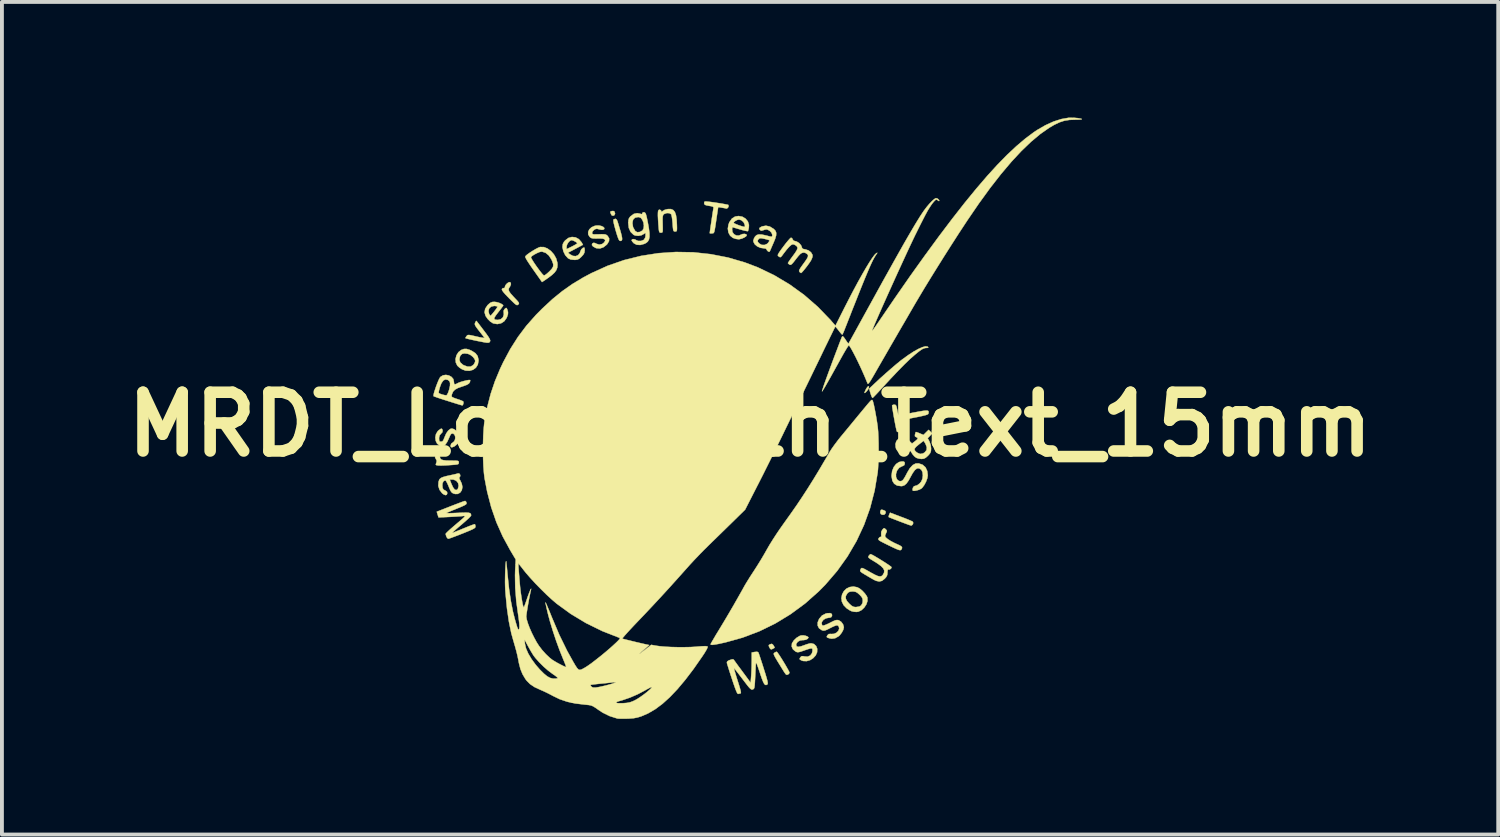
<source format=kicad_pcb>
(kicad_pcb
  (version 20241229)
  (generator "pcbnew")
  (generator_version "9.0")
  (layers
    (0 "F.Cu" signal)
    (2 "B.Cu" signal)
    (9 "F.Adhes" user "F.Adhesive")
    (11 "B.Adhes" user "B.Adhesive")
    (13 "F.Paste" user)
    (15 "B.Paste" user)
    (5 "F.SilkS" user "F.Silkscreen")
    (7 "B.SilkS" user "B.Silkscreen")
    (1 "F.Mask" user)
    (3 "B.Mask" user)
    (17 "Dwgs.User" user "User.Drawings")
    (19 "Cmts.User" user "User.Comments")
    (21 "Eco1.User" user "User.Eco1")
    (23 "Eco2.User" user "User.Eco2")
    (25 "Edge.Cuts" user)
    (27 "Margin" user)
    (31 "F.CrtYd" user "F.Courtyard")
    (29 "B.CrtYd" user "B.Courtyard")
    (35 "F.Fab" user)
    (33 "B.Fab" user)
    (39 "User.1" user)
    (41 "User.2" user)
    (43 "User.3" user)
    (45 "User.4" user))
  (footprint "MRDT_Logo_With_Text_15mm"
    (layer "F.Cu")
    (at 16.408 7.96)
    (property "Reference" "MRDT_Logo_With_Text_15mm" (at 0 0 0) (layer "F.SilkS") (effects (font (size 1.524 1.524) (thickness 0.3))))
    (attr through_hole)
    (fp_poly (pts (xy 3.458 2.223) (xy 3.506 2.245) (xy 3.52 2.272) (xy 3.509 2.314) (xy 3.478 2.343) (xy 3.429 2.343) (xy 3.396 2.329) (xy 3.376 2.292) (xy 3.38 2.255) (xy 3.394 2.219) (xy 3.418 2.212) (xy 3.458 2.223)) (stroke (width 0.01) (type solid)) (fill yes) (layer "F.SilkS"))
    (fp_poly (pts (xy -3.537 -5.535) (xy -3.518 -5.522) (xy -3.501 -5.47) (xy -3.518 -5.429) (xy -3.544 -5.415) (xy -3.583 -5.418) (xy -3.608 -5.455) (xy -3.608 -5.457) (xy -3.625 -5.502) (xy -3.622 -5.522) (xy -3.594 -5.532) (xy -3.581 -5.536) (xy -3.537 -5.535)) (stroke (width 0.01) (type solid)) (fill yes) (layer "F.SilkS"))
    (fp_poly (pts (xy 3.084 -0.982) (xy 3.08 -0.941) (xy 3.08 -0.941) (xy 3.064 -0.909) (xy 3.035 -0.871) (xy 3.003 -0.836) (xy 2.977 -0.816) (xy 2.967 -0.819) (xy 2.976 -0.846) (xy 2.998 -0.895) (xy 3.01 -0.919) (xy 3.042 -0.969) (xy 3.069 -0.991) (xy 3.084 -0.982)) (stroke (width 0.01) (type solid)) (fill yes) (layer "F.SilkS"))
    (fp_poly (pts (xy 0.59 5.709) (xy 0.608 5.734) (xy 0.631 5.774) (xy 0.637 5.794) (xy 0.637 5.794) (xy 0.614 5.807) (xy 0.582 5.825) (xy 0.547 5.837) (xy 0.523 5.821) (xy 0.503 5.788) (xy 0.484 5.744) (xy 0.49 5.721) (xy 0.522 5.703) (xy 0.562 5.692) (xy 0.59 5.709)) (stroke (width 0.01) (type solid)) (fill yes) (layer "F.SilkS"))
    (fp_poly (pts (xy -3.46 -5.313) (xy -3.439 -5.267) (xy -3.391 -5.109) (xy -3.355 -4.988) (xy -3.332 -4.898) (xy -3.32 -4.835) (xy -3.32 -4.794) (xy -3.331 -4.771) (xy -3.351 -4.761) (xy -3.368 -4.76) (xy -3.386 -4.767) (xy -3.405 -4.792) (xy -3.426 -4.842) (xy -3.453 -4.921) (xy -3.486 -5.031) (xy -3.518 -5.148) (xy -3.538 -5.23) (xy -3.546 -5.283) (xy -3.544 -5.311) (xy -3.538 -5.319) (xy -3.492 -5.335) (xy -3.46 -5.313)) (stroke (width 0.01) (type solid)) (fill yes) (layer "F.SilkS"))
    (fp_poly (pts (xy 3.913 2.396) (xy 4.017 2.435) (xy 4.107 2.472) (xy 4.176 2.501) (xy 4.216 2.52) (xy 4.22 2.523) (xy 4.233 2.556) (xy 4.22 2.595) (xy 4.192 2.621) (xy 4.177 2.623) (xy 4.149 2.615) (xy 4.089 2.594) (xy 4.005 2.563) (xy 3.907 2.526) (xy 3.885 2.518) (xy 3.785 2.479) (xy 3.699 2.446) (xy 3.636 2.421) (xy 3.603 2.408) (xy 3.6 2.407) (xy 3.595 2.385) (xy 3.607 2.345) (xy 3.633 2.29) (xy 3.913 2.396)) (stroke (width 0.01) (type solid)) (fill yes) (layer "F.SilkS"))
    (fp_poly (pts (xy 0.712 5.919) (xy 0.746 5.967) (xy 0.792 6.037) (xy 0.844 6.12) (xy 0.897 6.207) (xy 0.946 6.291) (xy 0.987 6.363) (xy 1.014 6.416) (xy 1.023 6.44) (xy 1.008 6.47) (xy 0.982 6.488) (xy 0.954 6.497) (xy 0.929 6.484) (xy 0.897 6.441) (xy 0.883 6.42) (xy 0.846 6.361) (xy 0.796 6.279) (xy 0.74 6.188) (xy 0.71 6.14) (xy 0.659 6.054) (xy 0.629 5.998) (xy 0.615 5.962) (xy 0.616 5.94) (xy 0.63 5.925) (xy 0.634 5.922) (xy 0.673 5.901) (xy 0.694 5.899) (xy 0.712 5.919)) (stroke (width 0.01) (type solid)) (fill yes) (layer "F.SilkS"))
    (fp_poly (pts (xy -6.21 -3.677) (xy -6.204 -3.638) (xy -6.222 -3.587) (xy -6.235 -3.566) (xy -6.258 -3.528) (xy -6.263 -3.491) (xy -6.249 -3.449) (xy -6.211 -3.395) (xy -6.146 -3.322) (xy -6.101 -3.274) (xy -6.041 -3.211) (xy -6.007 -3.17) (xy -5.995 -3.143) (xy -6 -3.124) (xy -6.015 -3.11) (xy -6.032 -3.097) (xy -6.051 -3.096) (xy -6.078 -3.11) (xy -6.118 -3.143) (xy -6.177 -3.2) (xy -6.253 -3.275) (xy -6.341 -3.366) (xy -6.399 -3.432) (xy -6.431 -3.478) (xy -6.439 -3.507) (xy -6.438 -3.511) (xy -6.412 -3.537) (xy -6.393 -3.535) (xy -6.367 -3.539) (xy -6.361 -3.567) (xy -6.344 -3.612) (xy -6.304 -3.658) (xy -6.258 -3.688) (xy -6.24 -3.692) (xy -6.21 -3.677)) (stroke (width 0.01) (type solid)) (fill yes) (layer "F.SilkS"))
    (fp_poly (pts (xy -8.074 0.764) (xy -8.051 0.803) (xy -8.047 0.834) (xy -8.04 0.877) (xy -8.016 0.907) (xy -7.967 0.926) (xy -7.889 0.936) (xy -7.776 0.939) (xy -7.76 0.939) (xy -7.666 0.94) (xy -7.606 0.942) (xy -7.573 0.949) (xy -7.559 0.962) (xy -7.556 0.983) (xy -7.556 0.989) (xy -7.558 1.013) (xy -7.571 1.029) (xy -7.601 1.039) (xy -7.659 1.046) (xy -7.75 1.053) (xy -7.751 1.053) (xy -7.901 1.063) (xy -8.013 1.067) (xy -8.089 1.065) (xy -8.135 1.058) (xy -8.153 1.045) (xy -8.153 1.041) (xy -8.142 1) (xy -8.134 0.983) (xy -8.129 0.939) (xy -8.145 0.909) (xy -8.172 0.856) (xy -8.165 0.81) (xy -8.148 0.782) (xy -8.111 0.755) (xy -8.074 0.764)) (stroke (width 0.01) (type solid)) (fill yes) (layer "F.SilkS"))
    (fp_poly (pts (xy 4.603 -2.019) (xy 4.615 -2.011) (xy 4.624 -1.992) (xy 4.599 -1.985) (xy 4.581 -1.985) (xy 4.538 -1.981) (xy 4.494 -1.967) (xy 4.443 -1.939) (xy 4.378 -1.891) (xy 4.289 -1.819) (xy 4.269 -1.802) (xy 4.149 -1.697) (xy 4.005 -1.558) (xy 3.837 -1.387) (xy 3.645 -1.184) (xy 3.439 -0.961) (xy 3.357 -0.872) (xy 3.286 -0.795) (xy 3.228 -0.735) (xy 3.191 -0.697) (xy 3.179 -0.687) (xy 3.164 -0.702) (xy 3.144 -0.748) (xy 3.125 -0.803) (xy 3.089 -0.927) (xy 3.226 -1.056) (xy 3.365 -1.186) (xy 3.511 -1.317) (xy 3.655 -1.443) (xy 3.788 -1.557) (xy 3.903 -1.651) (xy 3.949 -1.686) (xy 4.102 -1.797) (xy 4.241 -1.888) (xy 4.365 -1.957) (xy 4.469 -2.003) (xy 4.549 -2.025) (xy 4.603 -2.019)) (stroke (width 0.01) (type solid)) (fill yes) (layer "F.SilkS"))
    (fp_poly (pts (xy 3.518 2.718) (xy 3.546 2.75) (xy 3.546 2.781) (xy 3.531 2.814) (xy 3.509 2.863) (xy 3.501 2.897) (xy 3.519 2.93) (xy 3.569 2.973) (xy 3.644 3.022) (xy 3.736 3.071) (xy 3.807 3.104) (xy 3.888 3.141) (xy 3.933 3.172) (xy 3.945 3.202) (xy 3.931 3.237) (xy 3.922 3.249) (xy 3.908 3.26) (xy 3.886 3.262) (xy 3.85 3.253) (xy 3.794 3.231) (xy 3.711 3.193) (xy 3.603 3.141) (xy 3.491 3.086) (xy 3.413 3.046) (xy 3.363 3.018) (xy 3.336 2.996) (xy 3.328 2.979) (xy 3.332 2.962) (xy 3.336 2.954) (xy 3.365 2.923) (xy 3.387 2.918) (xy 3.403 2.91) (xy 3.403 2.867) (xy 3.401 2.856) (xy 3.403 2.785) (xy 3.432 2.732) (xy 3.464 2.697) (xy 3.486 2.693) (xy 3.518 2.718)) (stroke (width 0.01) (type solid)) (fill yes) (layer "F.SilkS"))
    (fp_poly (pts (xy -7.277 -1.935) (xy -7.218 -1.908) (xy -7.124 -1.847) (xy -7.067 -1.773) (xy -7.045 -1.681) (xy -7.044 -1.653) (xy -7.062 -1.552) (xy -7.112 -1.472) (xy -7.187 -1.417) (xy -7.279 -1.391) (xy -7.382 -1.396) (xy -7.474 -1.431) (xy -7.537 -1.472) (xy -7.591 -1.521) (xy -7.597 -1.529) (xy -7.634 -1.608) (xy -7.638 -1.678) (xy -7.542 -1.678) (xy -7.517 -1.607) (xy -7.45 -1.548) (xy -7.429 -1.536) (xy -7.331 -1.5) (xy -7.249 -1.5) (xy -7.184 -1.538) (xy -7.173 -1.55) (xy -7.142 -1.601) (xy -7.129 -1.645) (xy -7.129 -1.646) (xy -7.147 -1.698) (xy -7.192 -1.754) (xy -7.253 -1.802) (xy -7.317 -1.831) (xy -7.321 -1.832) (xy -7.41 -1.843) (xy -7.471 -1.829) (xy -7.512 -1.787) (xy -7.526 -1.76) (xy -7.542 -1.678) (xy -7.638 -1.678) (xy -7.64 -1.7) (xy -7.616 -1.793) (xy -7.566 -1.874) (xy -7.494 -1.931) (xy -7.424 -1.957) (xy -7.356 -1.959) (xy -7.277 -1.935)) (stroke (width 0.01) (type solid)) (fill yes) (layer "F.SilkS"))
    (fp_poly (pts (xy -7.084 -2.668) (xy -7.048 -2.621) (xy -6.996 -2.553) (xy -6.933 -2.47) (xy -6.908 -2.437) (xy -6.834 -2.338) (xy -6.784 -2.267) (xy -6.755 -2.217) (xy -6.742 -2.183) (xy -6.743 -2.16) (xy -6.746 -2.154) (xy -6.757 -2.136) (xy -6.771 -2.124) (xy -6.796 -2.119) (xy -6.836 -2.121) (xy -6.9 -2.131) (xy -6.992 -2.149) (xy -7.113 -2.173) (xy -7.214 -2.195) (xy -7.298 -2.214) (xy -7.357 -2.229) (xy -7.384 -2.239) (xy -7.385 -2.24) (xy -7.373 -2.264) (xy -7.353 -2.292) (xy -7.338 -2.31) (xy -7.319 -2.319) (xy -7.289 -2.32) (xy -7.238 -2.312) (xy -7.159 -2.294) (xy -7.098 -2.28) (xy -7.009 -2.26) (xy -6.94 -2.248) (xy -6.899 -2.245) (xy -6.891 -2.25) (xy -6.911 -2.276) (xy -6.951 -2.327) (xy -7.004 -2.394) (xy -7.032 -2.43) (xy -7.09 -2.505) (xy -7.124 -2.555) (xy -7.139 -2.59) (xy -7.139 -2.618) (xy -7.131 -2.641) (xy -7.111 -2.677) (xy -7.099 -2.687) (xy -7.084 -2.668)) (stroke (width 0.01) (type solid)) (fill yes) (layer "F.SilkS"))
    (fp_poly (pts (xy -1.103 -5.78) (xy -1.03 -5.772) (xy -0.94 -5.76) (xy -0.842 -5.745) (xy -0.746 -5.73) (xy -0.662 -5.715) (xy -0.598 -5.703) (xy -0.566 -5.695) (xy -0.564 -5.694) (xy -0.556 -5.662) (xy -0.572 -5.624) (xy -0.6 -5.601) (xy -0.615 -5.6) (xy -0.659 -5.61) (xy -0.722 -5.621) (xy -0.739 -5.624) (xy -0.827 -5.638) (xy -0.865 -5.386) (xy -0.886 -5.242) (xy -0.902 -5.135) (xy -0.915 -5.059) (xy -0.925 -5.009) (xy -0.936 -4.979) (xy -0.947 -4.964) (xy -0.962 -4.959) (xy -0.98 -4.957) (xy -0.988 -4.956) (xy -1.03 -4.954) (xy -1.046 -4.96) (xy -1.043 -4.988) (xy -1.035 -5.048) (xy -1.023 -5.132) (xy -1.008 -5.231) (xy -0.993 -5.334) (xy -0.978 -5.432) (xy -0.965 -5.517) (xy -0.955 -5.578) (xy -0.95 -5.606) (xy -0.948 -5.632) (xy -0.965 -5.649) (xy -1.007 -5.661) (xy -1.062 -5.67) (xy -1.133 -5.683) (xy -1.172 -5.698) (xy -1.188 -5.722) (xy -1.191 -5.736) (xy -1.188 -5.773) (xy -1.155 -5.784) (xy -1.149 -5.784) (xy -1.103 -5.78)) (stroke (width 0.01) (type solid)) (fill yes) (layer "F.SilkS"))
    (fp_poly (pts (xy 2.781 4.225) (xy 2.845 4.259) (xy 2.916 4.318) (xy 2.98 4.387) (xy 3.028 4.456) (xy 3.044 4.494) (xy 3.046 4.58) (xy 3.016 4.67) (xy 2.961 4.753) (xy 2.89 4.819) (xy 2.809 4.858) (xy 2.759 4.865) (xy 2.689 4.859) (xy 2.629 4.844) (xy 2.626 4.843) (xy 2.574 4.816) (xy 2.514 4.776) (xy 2.503 4.768) (xy 2.425 4.687) (xy 2.381 4.596) (xy 2.372 4.517) (xy 2.481 4.517) (xy 2.515 4.584) (xy 2.569 4.645) (xy 2.627 4.699) (xy 2.673 4.727) (xy 2.722 4.738) (xy 2.751 4.738) (xy 2.836 4.725) (xy 2.882 4.696) (xy 2.917 4.633) (xy 2.924 4.575) (xy 2.918 4.521) (xy 2.892 4.473) (xy 2.84 4.417) (xy 2.838 4.415) (xy 2.78 4.365) (xy 2.731 4.341) (xy 2.673 4.333) (xy 2.658 4.333) (xy 2.591 4.339) (xy 2.546 4.361) (xy 2.52 4.389) (xy 2.483 4.454) (xy 2.481 4.517) (xy 2.372 4.517) (xy 2.37 4.501) (xy 2.388 4.409) (xy 2.432 4.328) (xy 2.497 4.262) (xy 2.582 4.22) (xy 2.681 4.206) (xy 2.781 4.225)) (stroke (width 0.01) (type solid)) (fill yes) (layer "F.SilkS"))
    (fp_poly (pts (xy 3.771 -0.507) (xy 3.79 -0.486) (xy 3.805 -0.438) (xy 3.816 -0.381) (xy 3.83 -0.312) (xy 3.842 -0.261) (xy 3.849 -0.242) (xy 3.872 -0.243) (xy 3.93 -0.251) (xy 4.016 -0.265) (xy 4.124 -0.284) (xy 4.236 -0.306) (xy 4.377 -0.332) (xy 4.481 -0.35) (xy 4.553 -0.359) (xy 4.599 -0.358) (xy 4.624 -0.348) (xy 4.633 -0.328) (xy 4.63 -0.298) (xy 4.628 -0.284) (xy 4.619 -0.269) (xy 4.594 -0.254) (xy 4.548 -0.239) (xy 4.475 -0.221) (xy 4.371 -0.198) (xy 4.247 -0.174) (xy 4.127 -0.151) (xy 4.022 -0.13) (xy 3.94 -0.114) (xy 3.887 -0.103) (xy 3.87 -0.099) (xy 3.872 -0.076) (xy 3.882 -0.019) (xy 3.9 0.067) (xy 3.917 0.142) (xy 3.915 0.178) (xy 3.882 0.196) (xy 3.872 0.198) (xy 3.827 0.197) (xy 3.808 0.183) (xy 3.798 0.146) (xy 3.783 0.08) (xy 3.765 -0.009) (xy 3.746 -0.109) (xy 3.727 -0.214) (xy 3.71 -0.313) (xy 3.696 -0.399) (xy 3.687 -0.462) (xy 3.685 -0.494) (xy 3.685 -0.496) (xy 3.712 -0.509) (xy 3.743 -0.512) (xy 3.771 -0.507)) (stroke (width 0.01) (type solid)) (fill yes) (layer "F.SilkS"))
    (fp_poly (pts (xy -4.526 -4.852) (xy -4.441 -4.806) (xy -4.372 -4.726) (xy -4.371 -4.723) (xy -4.335 -4.66) (xy -4.529 -4.557) (xy -4.724 -4.454) (xy -4.675 -4.415) (xy -4.598 -4.372) (xy -4.523 -4.365) (xy -4.46 -4.391) (xy -4.416 -4.447) (xy -4.404 -4.484) (xy -4.378 -4.541) (xy -4.335 -4.58) (xy -4.302 -4.589) (xy -4.294 -4.57) (xy -4.29 -4.524) (xy -4.29 -4.512) (xy -4.298 -4.455) (xy -4.326 -4.404) (xy -4.373 -4.352) (xy -4.427 -4.302) (xy -4.473 -4.278) (xy -4.529 -4.269) (xy -4.562 -4.269) (xy -4.653 -4.278) (xy -4.72 -4.309) (xy -4.726 -4.314) (xy -4.794 -4.39) (xy -4.843 -4.489) (xy -4.866 -4.594) (xy -4.867 -4.61) (xy -4.866 -4.612) (xy -4.76 -4.612) (xy -4.76 -4.547) (xy -4.621 -4.615) (xy -4.553 -4.651) (xy -4.504 -4.68) (xy -4.483 -4.699) (xy -4.482 -4.7) (xy -4.5 -4.72) (xy -4.54 -4.746) (xy -4.588 -4.769) (xy -4.627 -4.781) (xy -4.632 -4.781) (xy -4.673 -4.763) (xy -4.716 -4.719) (xy -4.748 -4.662) (xy -4.76 -4.612) (xy -4.866 -4.612) (xy -4.858 -4.677) (xy -4.828 -4.735) (xy -4.796 -4.773) (xy -4.713 -4.837) (xy -4.62 -4.863) (xy -4.526 -4.852)) (stroke (width 0.01) (type solid)) (fill yes) (layer "F.SilkS"))
    (fp_poly (pts (xy 3.16 3.379) (xy 3.217 3.409) (xy 3.291 3.453) (xy 3.375 3.504) (xy 3.462 3.558) (xy 3.542 3.61) (xy 3.609 3.655) (xy 3.655 3.688) (xy 3.671 3.704) (xy 3.655 3.743) (xy 3.618 3.765) (xy 3.594 3.763) (xy 3.575 3.767) (xy 3.566 3.802) (xy 3.565 3.842) (xy 3.558 3.907) (xy 3.532 3.959) (xy 3.492 4.004) (xy 3.422 4.058) (xy 3.35 4.075) (xy 3.268 4.057) (xy 3.21 4.029) (xy 3.147 3.993) (xy 3.064 3.945) (xy 2.983 3.897) (xy 2.912 3.854) (xy 2.873 3.825) (xy 2.857 3.802) (xy 2.86 3.777) (xy 2.866 3.763) (xy 2.877 3.74) (xy 2.89 3.726) (xy 2.911 3.726) (xy 2.946 3.739) (xy 3.003 3.769) (xy 3.088 3.817) (xy 3.127 3.84) (xy 3.234 3.898) (xy 3.313 3.933) (xy 3.37 3.945) (xy 3.411 3.935) (xy 3.442 3.906) (xy 3.446 3.901) (xy 3.477 3.843) (xy 3.481 3.789) (xy 3.455 3.734) (xy 3.398 3.675) (xy 3.306 3.607) (xy 3.199 3.54) (xy 3.126 3.496) (xy 3.085 3.466) (xy 3.068 3.444) (xy 3.071 3.424) (xy 3.081 3.407) (xy 3.11 3.374) (xy 3.13 3.365) (xy 3.16 3.379)) (stroke (width 0.01) (type solid)) (fill yes) (layer "F.SilkS"))
    (fp_poly (pts (xy -5.351 -4.601) (xy -5.256 -4.564) (xy -5.166 -4.498) (xy -5.089 -4.411) (xy -5.031 -4.308) (xy -4.999 -4.196) (xy -4.995 -4.141) (xy -5.002 -4.068) (xy -5.026 -4.003) (xy -5.071 -3.94) (xy -5.143 -3.873) (xy -5.247 -3.795) (xy -5.297 -3.76) (xy -5.397 -3.693) (xy -5.624 -4.015) (xy -5.706 -4.133) (xy -5.765 -4.222) (xy -5.804 -4.285) (xy -5.824 -4.328) (xy -5.827 -4.34) (xy -5.684 -4.34) (xy -5.677 -4.316) (xy -5.649 -4.265) (xy -5.607 -4.198) (xy -5.554 -4.12) (xy -5.497 -4.041) (xy -5.442 -3.968) (xy -5.395 -3.909) (xy -5.359 -3.872) (xy -5.345 -3.863) (xy -5.315 -3.877) (xy -5.266 -3.914) (xy -5.209 -3.966) (xy -5.208 -3.966) (xy -5.143 -4.036) (xy -5.109 -4.095) (xy -5.106 -4.157) (xy -5.132 -4.233) (xy -5.156 -4.285) (xy -5.222 -4.384) (xy -5.303 -4.451) (xy -5.392 -4.481) (xy -5.415 -4.482) (xy -5.464 -4.471) (xy -5.53 -4.443) (xy -5.6 -4.406) (xy -5.657 -4.368) (xy -5.684 -4.34) (xy -5.827 -4.34) (xy -5.83 -4.355) (xy -5.825 -4.367) (xy -5.785 -4.404) (xy -5.72 -4.451) (xy -5.641 -4.502) (xy -5.562 -4.549) (xy -5.492 -4.585) (xy -5.447 -4.602) (xy -5.351 -4.601)) (stroke (width 0.01) (type solid)) (fill yes) (layer "F.SilkS"))
    (fp_poly (pts (xy -2.053 -5.586) (xy -1.994 -5.562) (xy -1.951 -5.511) (xy -1.922 -5.428) (xy -1.905 -5.312) (xy -1.898 -5.177) (xy -1.896 -5.092) (xy -1.898 -5.041) (xy -1.906 -5.015) (xy -1.923 -5.006) (xy -1.944 -5.005) (xy -1.968 -5.007) (xy -1.984 -5.019) (xy -1.994 -5.047) (xy -2.001 -5.1) (xy -2.008 -5.186) (xy -2.009 -5.214) (xy -2.018 -5.307) (xy -2.029 -5.385) (xy -2.042 -5.439) (xy -2.049 -5.454) (xy -2.095 -5.48) (xy -2.159 -5.483) (xy -2.221 -5.462) (xy -2.232 -5.455) (xy -2.25 -5.438) (xy -2.262 -5.412) (xy -2.268 -5.369) (xy -2.269 -5.3) (xy -2.267 -5.199) (xy -2.265 -5.099) (xy -2.265 -5.034) (xy -2.269 -4.996) (xy -2.28 -4.979) (xy -2.297 -4.974) (xy -2.312 -4.973) (xy -2.336 -4.976) (xy -2.352 -4.988) (xy -2.362 -5.018) (xy -2.369 -5.074) (xy -2.376 -5.165) (xy -2.377 -5.169) (xy -2.386 -5.311) (xy -2.391 -5.416) (xy -2.39 -5.489) (xy -2.385 -5.536) (xy -2.373 -5.561) (xy -2.355 -5.57) (xy -2.348 -5.571) (xy -2.312 -5.556) (xy -2.305 -5.536) (xy -2.302 -5.513) (xy -2.285 -5.52) (xy -2.263 -5.538) (xy -2.216 -5.565) (xy -2.149 -5.583) (xy -2.13 -5.586) (xy -2.053 -5.586)) (stroke (width 0.01) (type solid)) (fill yes) (layer "F.SilkS"))
    (fp_poly (pts (xy -0.2 -5.388) (xy -0.116 -5.338) (xy -0.057 -5.265) (xy -0.029 -5.176) (xy -0.032 -5.105) (xy -0.044 -5.05) (xy -0.053 -5.016) (xy -0.055 -5.014) (xy -0.077 -5.014) (xy -0.131 -5.024) (xy -0.208 -5.044) (xy -0.261 -5.059) (xy -0.459 -5.118) (xy -0.466 -5.066) (xy -0.458 -4.993) (xy -0.419 -4.936) (xy -0.361 -4.903) (xy -0.293 -4.899) (xy -0.243 -4.919) (xy -0.193 -4.939) (xy -0.14 -4.943) (xy -0.099 -4.931) (xy -0.085 -4.909) (xy -0.104 -4.879) (xy -0.151 -4.848) (xy -0.212 -4.821) (xy -0.275 -4.805) (xy -0.299 -4.803) (xy -0.372 -4.813) (xy -0.443 -4.838) (xy -0.444 -4.838) (xy -0.517 -4.896) (xy -0.562 -4.979) (xy -0.577 -5.079) (xy -0.56 -5.186) (xy -0.542 -5.229) (xy -0.427 -5.229) (xy -0.408 -5.215) (xy -0.362 -5.194) (xy -0.299 -5.169) (xy -0.232 -5.146) (xy -0.174 -5.13) (xy -0.142 -5.124) (xy -0.133 -5.141) (xy -0.137 -5.181) (xy -0.17 -5.249) (xy -0.225 -5.297) (xy -0.286 -5.315) (xy -0.334 -5.304) (xy -0.384 -5.278) (xy -0.419 -5.247) (xy -0.427 -5.229) (xy -0.542 -5.229) (xy -0.533 -5.251) (xy -0.47 -5.341) (xy -0.39 -5.391) (xy -0.301 -5.406) (xy -0.2 -5.388)) (stroke (width 0.01) (type solid)) (fill yes) (layer "F.SilkS"))
    (fp_poly (pts (xy -3.914 -5.159) (xy -3.853 -5.145) (xy -3.806 -5.122) (xy -3.781 -5.095) (xy -3.784 -5.068) (xy -3.813 -5.05) (xy -3.856 -5.048) (xy -3.913 -5.06) (xy -3.918 -5.062) (xy -3.973 -5.076) (xy -4.017 -5.066) (xy -4.043 -5.051) (xy -4.082 -5.012) (xy -4.098 -4.971) (xy -4.095 -4.947) (xy -4.078 -4.934) (xy -4.039 -4.93) (xy -3.969 -4.931) (xy -3.954 -4.931) (xy -3.857 -4.934) (xy -3.792 -4.933) (xy -3.75 -4.927) (xy -3.721 -4.913) (xy -3.695 -4.891) (xy -3.693 -4.888) (xy -3.655 -4.825) (xy -3.659 -4.755) (xy -3.705 -4.678) (xy -3.719 -4.662) (xy -3.803 -4.596) (xy -3.894 -4.564) (xy -3.985 -4.571) (xy -4.005 -4.578) (xy -4.073 -4.616) (xy -4.103 -4.654) (xy -4.094 -4.69) (xy -4.086 -4.697) (xy -4.056 -4.712) (xy -4.019 -4.704) (xy -3.991 -4.688) (xy -3.913 -4.664) (xy -3.837 -4.68) (xy -3.788 -4.718) (xy -3.758 -4.766) (xy -3.769 -4.8) (xy -3.819 -4.819) (xy -3.901 -4.824) (xy -3.999 -4.822) (xy -4.065 -4.824) (xy -4.107 -4.831) (xy -4.137 -4.844) (xy -4.162 -4.867) (xy -4.199 -4.928) (xy -4.2 -4.995) (xy -4.17 -5.06) (xy -4.112 -5.114) (xy -4.032 -5.15) (xy -3.983 -5.16) (xy -3.914 -5.159)) (stroke (width 0.01) (type solid)) (fill yes) (layer "F.SilkS"))
    (fp_poly (pts (xy -7.683 0.122) (xy -7.626 0.161) (xy -7.618 0.169) (xy -7.577 0.22) (xy -7.559 0.276) (xy -7.556 0.33) (xy -7.57 0.44) (xy -7.611 0.523) (xy -7.673 0.572) (xy -7.73 0.594) (xy -7.759 0.59) (xy -7.769 0.56) (xy -7.769 0.548) (xy -7.75 0.497) (xy -7.717 0.474) (xy -7.674 0.437) (xy -7.651 0.382) (xy -7.648 0.323) (xy -7.665 0.271) (xy -7.7 0.239) (xy -7.724 0.235) (xy -7.753 0.246) (xy -7.781 0.286) (xy -7.813 0.36) (xy -7.816 0.366) (xy -7.856 0.453) (xy -7.901 0.519) (xy -7.924 0.541) (xy -7.966 0.568) (xy -7.999 0.572) (xy -8.045 0.554) (xy -8.055 0.55) (xy -8.119 0.498) (xy -8.155 0.424) (xy -8.165 0.338) (xy -8.148 0.252) (xy -8.103 0.176) (xy -8.076 0.151) (xy -8.026 0.116) (xy -7.997 0.111) (xy -7.98 0.138) (xy -7.976 0.153) (xy -7.98 0.2) (xy -8.016 0.24) (xy -8.054 0.284) (xy -8.068 0.345) (xy -8.068 0.364) (xy -8.065 0.419) (xy -8.051 0.443) (xy -8.018 0.448) (xy -8.017 0.448) (xy -7.983 0.441) (xy -7.959 0.414) (xy -7.935 0.357) (xy -7.929 0.341) (xy -7.885 0.239) (xy -7.832 0.162) (xy -7.774 0.116) (xy -7.734 0.107) (xy -7.683 0.122)) (stroke (width 0.01) (type solid)) (fill yes) (layer "F.SilkS"))
    (fp_poly (pts (xy 1.438 5.482) (xy 1.488 5.501) (xy 1.515 5.523) (xy 1.515 5.528) (xy 1.496 5.561) (xy 1.448 5.586) (xy 1.385 5.596) (xy 1.369 5.595) (xy 1.297 5.605) (xy 1.236 5.64) (xy 1.2 5.69) (xy 1.195 5.719) (xy 1.208 5.758) (xy 1.249 5.771) (xy 1.32 5.758) (xy 1.396 5.731) (xy 1.473 5.703) (xy 1.541 5.684) (xy 1.582 5.678) (xy 1.658 5.697) (xy 1.714 5.75) (xy 1.742 5.82) (xy 1.739 5.91) (xy 1.702 5.993) (xy 1.638 6.063) (xy 1.557 6.115) (xy 1.466 6.141) (xy 1.374 6.137) (xy 1.329 6.121) (xy 1.29 6.097) (xy 1.287 6.071) (xy 1.31 6.036) (xy 1.338 6.012) (xy 1.378 6.012) (xy 1.409 6.019) (xy 1.492 6.025) (xy 1.561 5.996) (xy 1.605 5.937) (xy 1.618 5.885) (xy 1.62 5.842) (xy 1.612 5.817) (xy 1.588 5.809) (xy 1.542 5.818) (xy 1.466 5.842) (xy 1.403 5.864) (xy 1.32 5.893) (xy 1.265 5.907) (xy 1.228 5.909) (xy 1.197 5.9) (xy 1.179 5.89) (xy 1.112 5.834) (xy 1.08 5.762) (xy 1.086 5.686) (xy 1.089 5.676) (xy 1.136 5.603) (xy 1.206 5.536) (xy 1.285 5.488) (xy 1.323 5.475) (xy 1.378 5.472) (xy 1.438 5.482)) (stroke (width 0.01) (type solid)) (fill yes) (layer "F.SilkS"))
    (fp_poly (pts (xy 2.122 4.919) (xy 2.127 4.963) (xy 2.125 4.971) (xy 2.101 5.004) (xy 2.053 5.016) (xy 2.04 5.016) (xy 1.967 5.031) (xy 1.904 5.069) (xy 1.865 5.122) (xy 1.857 5.157) (xy 1.867 5.201) (xy 1.884 5.22) (xy 1.915 5.215) (xy 1.972 5.194) (xy 2.046 5.161) (xy 2.076 5.145) (xy 2.158 5.104) (xy 2.214 5.081) (xy 2.255 5.074) (xy 2.29 5.078) (xy 2.305 5.083) (xy 2.366 5.123) (xy 2.413 5.188) (xy 2.433 5.258) (xy 2.433 5.262) (xy 2.418 5.328) (xy 2.379 5.402) (xy 2.326 5.47) (xy 2.297 5.496) (xy 2.206 5.547) (xy 2.116 5.559) (xy 2.054 5.547) (xy 2.004 5.53) (xy 1.988 5.512) (xy 2.001 5.481) (xy 2.01 5.466) (xy 2.041 5.438) (xy 2.09 5.435) (xy 2.106 5.437) (xy 2.179 5.433) (xy 2.243 5.403) (xy 2.29 5.356) (xy 2.312 5.299) (xy 2.302 5.245) (xy 2.282 5.22) (xy 2.254 5.211) (xy 2.209 5.222) (xy 2.14 5.252) (xy 2.073 5.286) (xy 1.996 5.325) (xy 1.945 5.345) (xy 1.908 5.35) (xy 1.874 5.343) (xy 1.858 5.336) (xy 1.789 5.288) (xy 1.754 5.219) (xy 1.754 5.136) (xy 1.792 5.044) (xy 1.792 5.044) (xy 1.867 4.957) (xy 1.964 4.907) (xy 2.009 4.897) (xy 2.082 4.896) (xy 2.122 4.919)) (stroke (width 0.01) (type solid)) (fill yes) (layer "F.SilkS"))
    (fp_poly (pts (xy -6.573 -3.172) (xy -6.508 -3.153) (xy -6.449 -3.126) (xy -6.411 -3.099) (xy -6.403 -3.084) (xy -6.416 -3.064) (xy -6.449 -3.018) (xy -6.498 -2.954) (xy -6.533 -2.91) (xy -6.596 -2.827) (xy -6.631 -2.771) (xy -6.637 -2.736) (xy -6.614 -2.718) (xy -6.564 -2.712) (xy -6.54 -2.711) (xy -6.466 -2.729) (xy -6.412 -2.777) (xy -6.388 -2.846) (xy -6.39 -2.887) (xy -6.394 -2.947) (xy -6.372 -2.988) (xy -6.362 -2.998) (xy -6.33 -3.023) (xy -6.313 -3.015) (xy -6.297 -2.979) (xy -6.279 -2.916) (xy -6.281 -2.859) (xy -6.304 -2.79) (xy -6.317 -2.76) (xy -6.376 -2.677) (xy -6.46 -2.623) (xy -6.557 -2.603) (xy -6.66 -2.62) (xy -6.67 -2.624) (xy -6.738 -2.667) (xy -6.806 -2.735) (xy -6.86 -2.813) (xy -6.862 -2.817) (xy -6.888 -2.908) (xy -6.881 -2.946) (xy -6.787 -2.946) (xy -6.771 -2.87) (xy -6.765 -2.859) (xy -6.744 -2.826) (xy -6.734 -2.817) (xy -6.717 -2.833) (xy -6.682 -2.873) (xy -6.639 -2.926) (xy -6.594 -2.985) (xy -6.563 -3.031) (xy -6.553 -3.054) (xy -6.572 -3.066) (xy -6.619 -3.073) (xy -6.637 -3.074) (xy -6.715 -3.057) (xy -6.767 -3.011) (xy -6.787 -2.946) (xy -6.881 -2.946) (xy -6.871 -3) (xy -6.813 -3.089) (xy -6.796 -3.106) (xy -6.741 -3.154) (xy -6.689 -3.176) (xy -6.632 -3.18) (xy -6.573 -3.172)) (stroke (width 0.01) (type solid)) (fill yes) (layer "F.SilkS"))
    (fp_poly (pts (xy -7.542 1.275) (xy -7.522 1.305) (xy -7.518 1.342) (xy -7.535 1.367) (xy -7.547 1.387) (xy -7.534 1.425) (xy -7.514 1.462) (xy -7.479 1.539) (xy -7.463 1.62) (xy -7.463 1.626) (xy -7.478 1.707) (xy -7.521 1.769) (xy -7.584 1.804) (xy -7.648 1.805) (xy -7.7 1.791) (xy -7.738 1.767) (xy -7.77 1.723) (xy -7.802 1.653) (xy -7.823 1.599) (xy -7.854 1.528) (xy -7.883 1.475) (xy -7.904 1.452) (xy -7.906 1.451) (xy -7.95 1.471) (xy -7.977 1.523) (xy -7.983 1.578) (xy -7.976 1.65) (xy -7.952 1.692) (xy -7.905 1.716) (xy -7.903 1.717) (xy -7.863 1.747) (xy -7.855 1.784) (xy -7.868 1.825) (xy -7.903 1.835) (xy -7.955 1.812) (xy -7.991 1.783) (xy -8.056 1.696) (xy -8.088 1.595) (xy -8.082 1.49) (xy -8.065 1.442) (xy -8.057 1.43) (xy -7.791 1.43) (xy -7.748 1.542) (xy -7.706 1.632) (xy -7.664 1.687) (xy -7.624 1.704) (xy -7.588 1.682) (xy -7.578 1.666) (xy -7.559 1.592) (xy -7.575 1.52) (xy -7.62 1.464) (xy -7.687 1.433) (xy -7.718 1.43) (xy -7.791 1.43) (xy -8.057 1.43) (xy -8.045 1.411) (xy -8.012 1.386) (xy -7.959 1.364) (xy -7.878 1.341) (xy -7.762 1.316) (xy -7.759 1.315) (xy -7.679 1.298) (xy -7.613 1.282) (xy -7.574 1.27) (xy -7.574 1.27) (xy -7.542 1.275)) (stroke (width 0.01) (type solid)) (fill yes) (layer "F.SilkS"))
    (fp_poly (pts (xy 0.513 -5.133) (xy 0.614 -5.07) (xy 0.618 -5.067) (xy 0.66 -5.021) (xy 0.679 -4.969) (xy 0.676 -4.902) (xy 0.65 -4.813) (xy 0.612 -4.72) (xy 0.576 -4.638) (xy 0.545 -4.566) (xy 0.524 -4.517) (xy 0.521 -4.51) (xy 0.502 -4.478) (xy 0.477 -4.483) (xy 0.464 -4.491) (xy 0.434 -4.524) (xy 0.427 -4.543) (xy 0.408 -4.561) (xy 0.364 -4.568) (xy 0.27 -4.581) (xy 0.187 -4.618) (xy 0.123 -4.671) (xy 0.089 -4.734) (xy 0.085 -4.761) (xy 0.088 -4.771) (xy 0.196 -4.771) (xy 0.202 -4.735) (xy 0.235 -4.696) (xy 0.299 -4.658) (xy 0.373 -4.655) (xy 0.442 -4.684) (xy 0.468 -4.71) (xy 0.496 -4.75) (xy 0.504 -4.775) (xy 0.503 -4.776) (xy 0.478 -4.786) (xy 0.425 -4.801) (xy 0.374 -4.814) (xy 0.304 -4.828) (xy 0.261 -4.83) (xy 0.234 -4.819) (xy 0.224 -4.81) (xy 0.196 -4.771) (xy 0.088 -4.771) (xy 0.099 -4.818) (xy 0.13 -4.874) (xy 0.172 -4.912) (xy 0.228 -4.929) (xy 0.306 -4.925) (xy 0.413 -4.902) (xy 0.427 -4.899) (xy 0.504 -4.878) (xy 0.549 -4.87) (xy 0.57 -4.875) (xy 0.576 -4.895) (xy 0.576 -4.918) (xy 0.558 -4.97) (xy 0.513 -5.019) (xy 0.457 -5.052) (xy 0.423 -5.059) (xy 0.37 -5.049) (xy 0.339 -5.036) (xy 0.293 -5.025) (xy 0.265 -5.038) (xy 0.238 -5.071) (xy 0.247 -5.099) (xy 0.295 -5.129) (xy 0.314 -5.137) (xy 0.411 -5.155) (xy 0.513 -5.133)) (stroke (width 0.01) (type solid)) (fill yes) (layer "F.SilkS"))
    (fp_poly (pts (xy 3.99 0.965) (xy 4.01 0.984) (xy 4.013 1.013) (xy 4.003 1.054) (xy 3.965 1.078) (xy 3.945 1.084) (xy 3.868 1.125) (xy 3.812 1.199) (xy 3.785 1.286) (xy 3.787 1.365) (xy 3.814 1.428) (xy 3.86 1.466) (xy 3.893 1.473) (xy 3.926 1.469) (xy 3.955 1.453) (xy 3.984 1.418) (xy 4.021 1.358) (xy 4.069 1.267) (xy 4.075 1.254) (xy 4.147 1.134) (xy 4.221 1.054) (xy 4.297 1.014) (xy 4.373 1.011) (xy 4.475 1.046) (xy 4.551 1.113) (xy 4.596 1.209) (xy 4.61 1.319) (xy 4.598 1.396) (xy 4.565 1.486) (xy 4.519 1.573) (xy 4.468 1.642) (xy 4.44 1.667) (xy 4.39 1.692) (xy 4.328 1.712) (xy 4.269 1.723) (xy 4.229 1.722) (xy 4.222 1.718) (xy 4.215 1.685) (xy 4.226 1.642) (xy 4.25 1.607) (xy 4.266 1.6) (xy 4.334 1.58) (xy 4.402 1.53) (xy 4.441 1.482) (xy 4.472 1.408) (xy 4.483 1.323) (xy 4.474 1.241) (xy 4.445 1.179) (xy 4.44 1.174) (xy 4.386 1.139) (xy 4.333 1.141) (xy 4.277 1.182) (xy 4.218 1.264) (xy 4.171 1.349) (xy 4.11 1.46) (xy 4.056 1.535) (xy 4.004 1.579) (xy 3.947 1.599) (xy 3.919 1.601) (xy 3.814 1.586) (xy 3.739 1.539) (xy 3.691 1.461) (xy 3.672 1.351) (xy 3.671 1.324) (xy 3.686 1.209) (xy 3.727 1.107) (xy 3.788 1.028) (xy 3.865 0.976) (xy 3.941 0.961) (xy 3.99 0.965)) (stroke (width 0.01) (type solid)) (fill yes) (layer "F.SilkS"))
    (fp_poly (pts (xy -2.729 -5.496) (xy -2.712 -5.476) (xy -2.697 -5.438) (xy -2.68 -5.372) (xy -2.66 -5.273) (xy -2.655 -5.251) (xy -2.626 -5.089) (xy -2.61 -4.963) (xy -2.609 -4.867) (xy -2.623 -4.796) (xy -2.653 -4.743) (xy -2.701 -4.705) (xy -2.745 -4.683) (xy -2.85 -4.655) (xy -2.942 -4.661) (xy -3.016 -4.7) (xy -3.021 -4.705) (xy -3.057 -4.746) (xy -3.073 -4.777) (xy -3.074 -4.779) (xy -3.057 -4.802) (xy -3.018 -4.807) (xy -2.974 -4.794) (xy -2.962 -4.785) (xy -2.903 -4.76) (xy -2.831 -4.759) (xy -2.766 -4.783) (xy -2.751 -4.794) (xy -2.719 -4.849) (xy -2.711 -4.905) (xy -2.712 -4.954) (xy -2.722 -4.966) (xy -2.746 -4.948) (xy -2.752 -4.943) (xy -2.817 -4.907) (xy -2.9 -4.892) (xy -2.981 -4.901) (xy -3.021 -4.918) (xy -3.099 -4.994) (xy -3.145 -5.096) (xy -3.159 -5.215) (xy -3.159 -5.225) (xy -3.052 -5.225) (xy -3.036 -5.118) (xy -2.984 -5.025) (xy -2.972 -5.011) (xy -2.925 -4.986) (xy -2.862 -4.992) (xy -2.798 -5.027) (xy -2.791 -5.033) (xy -2.762 -5.083) (xy -2.754 -5.155) (xy -2.765 -5.236) (xy -2.796 -5.309) (xy -2.835 -5.359) (xy -2.881 -5.377) (xy -2.906 -5.379) (xy -2.984 -5.363) (xy -3.033 -5.315) (xy -3.052 -5.237) (xy -3.052 -5.225) (xy -3.159 -5.225) (xy -3.156 -5.291) (xy -3.144 -5.34) (xy -3.117 -5.381) (xy -3.098 -5.401) (xy -3.014 -5.462) (xy -2.928 -5.48) (xy -2.861 -5.468) (xy -2.816 -5.455) (xy -2.798 -5.463) (xy -2.796 -5.477) (xy -2.78 -5.502) (xy -2.75 -5.503) (xy -2.729 -5.496)) (stroke (width 0.01) (type solid)) (fill yes) (layer "F.SilkS"))
    (fp_poly (pts (xy -7.813 -1.27) (xy -7.746 -1.233) (xy -7.699 -1.178) (xy -7.684 -1.114) (xy -7.678 -1.057) (xy -7.658 -1.038) (xy -7.618 -1.052) (xy -7.612 -1.056) (xy -7.565 -1.08) (xy -7.499 -1.104) (xy -7.425 -1.125) (xy -7.354 -1.142) (xy -7.297 -1.152) (xy -7.263 -1.151) (xy -7.259 -1.146) (xy -7.268 -1.097) (xy -7.294 -1.06) (xy -7.345 -1.028) (xy -7.427 -0.997) (xy -7.47 -0.983) (xy -7.58 -0.944) (xy -7.655 -0.902) (xy -7.704 -0.852) (xy -7.733 -0.786) (xy -7.738 -0.765) (xy -7.743 -0.735) (xy -7.733 -0.714) (xy -7.702 -0.696) (xy -7.642 -0.673) (xy -7.606 -0.661) (xy -7.531 -0.636) (xy -7.473 -0.613) (xy -7.442 -0.598) (xy -7.442 -0.597) (xy -7.434 -0.569) (xy -7.44 -0.529) (xy -7.455 -0.498) (xy -7.467 -0.493) (xy -7.491 -0.5) (xy -7.549 -0.517) (xy -7.634 -0.543) (xy -7.739 -0.576) (xy -7.84 -0.608) (xy -7.957 -0.645) (xy -8.059 -0.678) (xy -8.14 -0.706) (xy -8.193 -0.725) (xy -8.211 -0.733) (xy -8.212 -0.76) (xy -8.2 -0.814) (xy -8.078 -0.814) (xy -8.077 -0.813) (xy -8.046 -0.796) (xy -7.991 -0.777) (xy -7.931 -0.761) (xy -7.885 -0.754) (xy -7.878 -0.754) (xy -7.856 -0.776) (xy -7.83 -0.831) (xy -7.808 -0.896) (xy -7.784 -1.002) (xy -7.782 -1.077) (xy -7.803 -1.127) (xy -7.844 -1.156) (xy -7.906 -1.167) (xy -7.961 -1.137) (xy -8.009 -1.066) (xy -8.046 -0.968) (xy -8.066 -0.896) (xy -8.078 -0.84) (xy -8.078 -0.814) (xy -8.2 -0.814) (xy -8.199 -0.816) (xy -8.176 -0.892) (xy -8.147 -0.979) (xy -8.114 -1.066) (xy -8.082 -1.144) (xy -8.053 -1.203) (xy -8.033 -1.232) (xy -7.967 -1.273) (xy -7.89 -1.285) (xy -7.813 -1.27)) (stroke (width 0.01) (type solid)) (fill yes) (layer "F.SilkS"))
    (fp_poly (pts (xy 1.092 -4.827) (xy 1.104 -4.803) (xy 1.127 -4.768) (xy 1.15 -4.76) (xy 1.211 -4.743) (xy 1.274 -4.702) (xy 1.321 -4.649) (xy 1.337 -4.613) (xy 1.351 -4.572) (xy 1.38 -4.551) (xy 1.438 -4.54) (xy 1.518 -4.513) (xy 1.581 -4.464) (xy 1.618 -4.401) (xy 1.622 -4.369) (xy 1.611 -4.321) (xy 1.584 -4.261) (xy 1.577 -4.248) (xy 1.538 -4.189) (xy 1.489 -4.121) (xy 1.436 -4.052) (xy 1.386 -3.991) (xy 1.347 -3.947) (xy 1.324 -3.928) (xy 1.323 -3.927) (xy 1.298 -3.942) (xy 1.281 -3.959) (xy 1.272 -3.981) (xy 1.28 -4.012) (xy 1.308 -4.06) (xy 1.36 -4.134) (xy 1.361 -4.135) (xy 1.429 -4.229) (xy 1.474 -4.296) (xy 1.498 -4.343) (xy 1.505 -4.376) (xy 1.496 -4.401) (xy 1.481 -4.421) (xy 1.424 -4.455) (xy 1.378 -4.457) (xy 1.342 -4.447) (xy 1.304 -4.422) (xy 1.258 -4.374) (xy 1.196 -4.297) (xy 1.188 -4.286) (xy 1.129 -4.21) (xy 1.088 -4.164) (xy 1.06 -4.142) (xy 1.039 -4.14) (xy 1.022 -4.147) (xy 0.99 -4.172) (xy 0.982 -4.185) (xy 0.994 -4.206) (xy 1.026 -4.254) (xy 1.072 -4.318) (xy 1.099 -4.354) (xy 1.167 -4.447) (xy 1.209 -4.514) (xy 1.229 -4.561) (xy 1.228 -4.596) (xy 1.209 -4.624) (xy 1.196 -4.636) (xy 1.148 -4.665) (xy 1.11 -4.674) (xy 1.07 -4.657) (xy 1.014 -4.608) (xy 0.947 -4.532) (xy 0.873 -4.436) (xy 0.864 -4.424) (xy 0.823 -4.368) (xy 0.796 -4.341) (xy 0.773 -4.339) (xy 0.744 -4.357) (xy 0.738 -4.361) (xy 0.723 -4.375) (xy 0.72 -4.394) (xy 0.731 -4.422) (xy 0.759 -4.468) (xy 0.807 -4.536) (xy 0.867 -4.617) (xy 0.931 -4.701) (xy 0.989 -4.771) (xy 1.034 -4.821) (xy 1.061 -4.844) (xy 1.064 -4.844) (xy 1.092 -4.827)) (stroke (width 0.01) (type solid)) (fill yes) (layer "F.SilkS"))
    (fp_poly (pts (xy 4.679 0.187) (xy 4.726 0.234) (xy 4.667 0.296) (xy 4.608 0.358) (xy 4.652 0.44) (xy 4.687 0.54) (xy 4.696 0.627) (xy 4.692 0.692) (xy 4.675 0.74) (xy 4.637 0.789) (xy 4.613 0.814) (xy 4.556 0.865) (xy 4.507 0.889) (xy 4.451 0.896) (xy 4.448 0.896) (xy 4.376 0.887) (xy 4.313 0.867) (xy 4.308 0.864) (xy 4.259 0.825) (xy 4.212 0.769) (xy 4.206 0.759) (xy 4.16 0.685) (xy 4.092 0.727) (xy 4.001 0.761) (xy 3.916 0.757) (xy 3.844 0.716) (xy 3.811 0.668) (xy 4.268 0.668) (xy 4.301 0.707) (xy 4.338 0.735) (xy 4.411 0.766) (xy 4.485 0.754) (xy 4.533 0.724) (xy 4.579 0.665) (xy 4.585 0.591) (xy 4.551 0.504) (xy 4.546 0.495) (xy 4.503 0.425) (xy 4.375 0.523) (xy 4.304 0.583) (xy 4.269 0.629) (xy 4.268 0.668) (xy 3.811 0.668) (xy 3.792 0.641) (xy 3.78 0.606) (xy 3.777 0.569) (xy 3.874 0.569) (xy 3.885 0.598) (xy 3.925 0.633) (xy 3.982 0.637) (xy 4.045 0.609) (xy 4.058 0.6) (xy 4.092 0.569) (xy 4.094 0.547) (xy 4.068 0.514) (xy 4.016 0.478) (xy 3.961 0.471) (xy 3.912 0.486) (xy 3.88 0.52) (xy 3.874 0.569) (xy 3.777 0.569) (xy 3.771 0.511) (xy 3.796 0.431) (xy 3.85 0.372) (xy 3.928 0.343) (xy 3.956 0.342) (xy 4.018 0.348) (xy 4.07 0.373) (xy 4.122 0.419) (xy 4.201 0.496) (xy 4.278 0.438) (xy 4.332 0.392) (xy 4.351 0.362) (xy 4.336 0.341) (xy 4.31 0.33) (xy 4.279 0.311) (xy 4.276 0.274) (xy 4.28 0.26) (xy 4.292 0.216) (xy 4.3 0.197) (xy 4.321 0.201) (xy 4.368 0.218) (xy 4.402 0.232) (xy 4.498 0.273) (xy 4.632 0.14) (xy 4.679 0.187)) (stroke (width 0.01) (type solid)) (fill yes) (layer "F.SilkS"))
    (fp_poly (pts (xy -7.369 2.003) (xy -7.357 2.029) (xy -7.355 2.048) (xy -7.361 2.065) (xy -7.381 2.082) (xy -7.42 2.104) (xy -7.484 2.133) (xy -7.577 2.172) (xy -7.704 2.223) (xy -7.705 2.224) (xy -7.781 2.255) (xy -7.841 2.281) (xy -7.873 2.297) (xy -7.876 2.299) (xy -7.86 2.302) (xy -7.808 2.303) (xy -7.729 2.301) (xy -7.628 2.297) (xy -7.58 2.295) (xy -7.452 2.289) (xy -7.36 2.288) (xy -7.299 2.292) (xy -7.262 2.303) (xy -7.243 2.322) (xy -7.237 2.35) (xy -7.236 2.363) (xy -7.252 2.385) (xy -7.294 2.429) (xy -7.358 2.488) (xy -7.439 2.559) (xy -7.481 2.596) (xy -7.567 2.668) (xy -7.639 2.731) (xy -7.693 2.778) (xy -7.723 2.805) (xy -7.727 2.81) (xy -7.724 2.812) (xy -7.711 2.809) (xy -7.684 2.799) (xy -7.636 2.781) (xy -7.562 2.751) (xy -7.457 2.708) (xy -7.388 2.68) (xy -7.295 2.642) (xy -7.217 2.612) (xy -7.162 2.593) (xy -7.138 2.588) (xy -7.138 2.588) (xy -7.129 2.613) (xy -7.124 2.645) (xy -7.125 2.664) (xy -7.137 2.682) (xy -7.164 2.702) (xy -7.213 2.727) (xy -7.288 2.76) (xy -7.395 2.804) (xy -7.46 2.83) (xy -7.574 2.875) (xy -7.675 2.913) (xy -7.756 2.943) (xy -7.81 2.962) (xy -7.829 2.966) (xy -7.855 2.949) (xy -7.877 2.912) (xy -7.892 2.865) (xy -7.897 2.839) (xy -7.882 2.819) (xy -7.84 2.777) (xy -7.777 2.719) (xy -7.699 2.651) (xy -7.679 2.634) (xy -7.57 2.541) (xy -7.49 2.473) (xy -7.437 2.426) (xy -7.407 2.396) (xy -7.398 2.379) (xy -7.407 2.374) (xy -7.431 2.374) (xy -7.467 2.379) (xy -7.471 2.379) (xy -7.531 2.384) (xy -7.621 2.39) (xy -7.728 2.396) (xy -7.824 2.401) (xy -8.082 2.413) (xy -8.128 2.265) (xy -7.771 2.125) (xy -7.655 2.08) (xy -7.552 2.041) (xy -7.47 2.01) (xy -7.414 1.991) (xy -7.392 1.985) (xy -7.369 2.003)) (stroke (width 0.01) (type solid)) (fill yes) (layer "F.SilkS"))
    (fp_poly (pts (xy 3.172 -0.63) (xy 3.179 -0.62) (xy 3.191 -0.585) (xy 3.209 -0.516) (xy 3.229 -0.421) (xy 3.251 -0.308) (xy 3.273 -0.186) (xy 3.293 -0.062) (xy 3.31 0.056) (xy 3.311 0.064) (xy 3.322 0.179) (xy 3.329 0.326) (xy 3.334 0.494) (xy 3.335 0.672) (xy 3.333 0.85) (xy 3.327 1.016) (xy 3.319 1.16) (xy 3.31 1.249) (xy 3.231 1.719) (xy 3.113 2.173) (xy 2.956 2.609) (xy 2.761 3.027) (xy 2.528 3.425) (xy 2.259 3.802) (xy 1.953 4.158) (xy 1.78 4.333) (xy 1.427 4.646) (xy 1.052 4.922) (xy 0.656 5.163) (xy 0.241 5.366) (xy -0.192 5.53) (xy -0.64 5.655) (xy -0.686 5.665) (xy -0.818 5.694) (xy -0.914 5.711) (xy -0.977 5.719) (xy -1.012 5.717) (xy -1.024 5.705) (xy -1.025 5.704) (xy -1.014 5.681) (xy -0.984 5.628) (xy -0.939 5.551) (xy -0.882 5.454) (xy -0.815 5.345) (xy -0.81 5.336) (xy -0.689 5.136) (xy -0.56 4.919) (xy -0.431 4.698) (xy -0.309 4.484) (xy -0.199 4.289) (xy -0.162 4.221) (xy -0.122 4.151) (xy -0.064 4.056) (xy 0.004 3.947) (xy 0.077 3.835) (xy 0.104 3.794) (xy 0.186 3.666) (xy 0.276 3.521) (xy 0.363 3.374) (xy 0.437 3.244) (xy 0.445 3.23) (xy 0.506 3.124) (xy 0.587 2.994) (xy 0.679 2.852) (xy 0.777 2.707) (xy 0.873 2.571) (xy 0.883 2.557) (xy 1.051 2.322) (xy 1.207 2.099) (xy 1.354 1.88) (xy 1.498 1.658) (xy 1.644 1.425) (xy 1.797 1.173) (xy 1.96 0.896) (xy 2.069 0.708) (xy 2.117 0.633) (xy 2.185 0.537) (xy 2.264 0.431) (xy 2.347 0.326) (xy 2.366 0.303) (xy 2.457 0.193) (xy 2.563 0.065) (xy 2.673 -0.069) (xy 2.776 -0.194) (xy 2.807 -0.232) (xy 2.913 -0.36) (xy 2.996 -0.46) (xy 3.057 -0.533) (xy 3.101 -0.584) (xy 3.132 -0.616) (xy 3.151 -0.632) (xy 3.164 -0.635) (xy 3.172 -0.63)) (stroke (width 0.01) (type solid)) (fill yes) (layer "F.SilkS"))
    (fp_poly (pts (xy 0.213 5.912) (xy 0.224 5.939) (xy 0.246 6) (xy 0.275 6.089) (xy 0.311 6.198) (xy 0.35 6.321) (xy 0.353 6.331) (xy 0.397 6.47) (xy 0.428 6.574) (xy 0.448 6.648) (xy 0.457 6.698) (xy 0.458 6.728) (xy 0.451 6.743) (xy 0.447 6.746) (xy 0.418 6.76) (xy 0.392 6.756) (xy 0.367 6.73) (xy 0.34 6.679) (xy 0.307 6.596) (xy 0.266 6.478) (xy 0.256 6.446) (xy 0.217 6.33) (xy 0.189 6.251) (xy 0.17 6.204) (xy 0.158 6.187) (xy 0.152 6.195) (xy 0.149 6.222) (xy 0.146 6.276) (xy 0.142 6.362) (xy 0.137 6.467) (xy 0.131 6.579) (xy 0.131 6.582) (xy 0.125 6.695) (xy 0.119 6.773) (xy 0.112 6.823) (xy 0.102 6.852) (xy 0.087 6.867) (xy 0.069 6.875) (xy 0.049 6.879) (xy 0.028 6.872) (xy 0.000221 6.85) (xy -0.038 6.809) (xy -0.09 6.743) (xy -0.162 6.649) (xy -0.195 6.605) (xy -0.267 6.511) (xy -0.329 6.43) (xy -0.378 6.368) (xy -0.409 6.332) (xy -0.418 6.323) (xy -0.414 6.345) (xy -0.399 6.4) (xy -0.375 6.481) (xy -0.345 6.58) (xy -0.33 6.627) (xy -0.289 6.756) (xy -0.261 6.849) (xy -0.244 6.913) (xy -0.238 6.952) (xy -0.24 6.972) (xy -0.25 6.979) (xy -0.254 6.98) (xy -0.291 6.987) (xy -0.306 6.992) (xy -0.32 6.987) (xy -0.338 6.962) (xy -0.361 6.911) (xy -0.392 6.83) (xy -0.432 6.716) (xy -0.466 6.613) (xy -0.507 6.489) (xy -0.543 6.377) (xy -0.572 6.283) (xy -0.593 6.216) (xy -0.602 6.182) (xy -0.602 6.182) (xy -0.594 6.15) (xy -0.556 6.124) (xy -0.523 6.112) (xy -0.468 6.094) (xy -0.437 6.094) (xy -0.416 6.113) (xy -0.412 6.12) (xy -0.39 6.15) (xy -0.349 6.207) (xy -0.292 6.285) (xy -0.224 6.376) (xy -0.185 6.429) (xy 0.015 6.7) (xy 0.029 6.525) (xy 0.035 6.421) (xy 0.04 6.296) (xy 0.042 6.173) (xy 0.043 6.134) (xy 0.043 5.917) (xy 0.121 5.903) (xy 0.184 5.898) (xy 0.213 5.912)) (stroke (width 0.01) (type solid)) (fill yes) (layer "F.SilkS"))
    (fp_poly (pts (xy 8.505 -7.945) (xy 8.575 -7.933) (xy 8.607 -7.923) (xy 8.6 -7.914) (xy 8.553 -7.907) (xy 8.465 -7.905) (xy 8.442 -7.905) (xy 8.291 -7.9) (xy 8.156 -7.879) (xy 8.027 -7.837) (xy 7.889 -7.771) (xy 7.758 -7.694) (xy 7.527 -7.532) (xy 7.287 -7.331) (xy 7.037 -7.091) (xy 6.777 -6.811) (xy 6.507 -6.491) (xy 6.226 -6.131) (xy 5.935 -5.73) (xy 5.633 -5.288) (xy 5.585 -5.215) (xy 5.411 -4.95) (xy 5.229 -4.667) (xy 5.044 -4.376) (xy 4.861 -4.084) (xy 4.684 -3.799) (xy 4.519 -3.529) (xy 4.371 -3.281) (xy 4.286 -3.138) (xy 4.163 -2.926) (xy 4.033 -2.701) (xy 3.898 -2.47) (xy 3.764 -2.238) (xy 3.633 -2.012) (xy 3.51 -1.798) (xy 3.398 -1.604) (xy 3.3 -1.434) (xy 3.233 -1.316) (xy 3.167 -1.203) (xy 3.118 -1.123) (xy 3.084 -1.075) (xy 3.062 -1.054) (xy 3.05 -1.058) (xy 3.049 -1.06) (xy 2.996 -1.19) (xy 2.935 -1.331) (xy 2.87 -1.475) (xy 2.803 -1.617) (xy 2.738 -1.75) (xy 2.677 -1.867) (xy 2.625 -1.962) (xy 2.584 -2.028) (xy 2.565 -2.053) (xy 2.551 -2.04) (xy 2.52 -1.995) (xy 2.476 -1.923) (xy 2.421 -1.829) (xy 2.36 -1.719) (xy 2.35 -1.701) (xy 2.257 -1.533) (xy 2.169 -1.375) (xy 2.089 -1.23) (xy 2.017 -1.103) (xy 1.957 -0.998) (xy 1.91 -0.919) (xy 1.879 -0.87) (xy 1.867 -0.854) (xy 1.87 -0.872) (xy 1.885 -0.922) (xy 1.908 -0.994) (xy 1.92 -1.03) (xy 1.947 -1.105) (xy 1.983 -1.206) (xy 2.027 -1.327) (xy 2.076 -1.46) (xy 2.128 -1.601) (xy 2.181 -1.743) (xy 2.233 -1.88) (xy 2.281 -2.006) (xy 2.322 -2.115) (xy 2.355 -2.2) (xy 2.378 -2.257) (xy 2.387 -2.276) (xy 2.402 -2.287) (xy 2.424 -2.272) (xy 2.459 -2.224) (xy 2.475 -2.2) (xy 2.513 -2.143) (xy 2.541 -2.106) (xy 2.553 -2.097) (xy 2.564 -2.117) (xy 2.594 -2.169) (xy 2.638 -2.249) (xy 2.695 -2.352) (xy 2.761 -2.472) (xy 2.834 -2.605) (xy 3.052 -3.001) (xy 3.251 -3.362) (xy 3.431 -3.689) (xy 3.595 -3.983) (xy 3.742 -4.247) (xy 3.875 -4.483) (xy 3.993 -4.692) (xy 4.099 -4.876) (xy 4.193 -5.037) (xy 4.276 -5.177) (xy 4.349 -5.297) (xy 4.413 -5.4) (xy 4.47 -5.486) (xy 4.52 -5.559) (xy 4.521 -5.56) (xy 4.585 -5.644) (xy 4.653 -5.724) (xy 4.719 -5.793) (xy 4.776 -5.843) (xy 4.816 -5.868) (xy 4.824 -5.87) (xy 4.869 -5.855) (xy 4.902 -5.821) (xy 4.909 -5.798) (xy 4.896 -5.795) (xy 4.87 -5.813) (xy 4.842 -5.833) (xy 4.818 -5.829) (xy 4.784 -5.796) (xy 4.777 -5.79) (xy 4.737 -5.743) (xy 4.697 -5.688) (xy 4.653 -5.621) (xy 4.603 -5.538) (xy 4.546 -5.433) (xy 4.479 -5.303) (xy 4.398 -5.143) (xy 4.303 -4.95) (xy 4.289 -4.923) (xy 4.236 -4.813) (xy 4.172 -4.678) (xy 4.1 -4.524) (xy 4.021 -4.354) (xy 3.937 -4.171) (xy 3.849 -3.98) (xy 3.76 -3.784) (xy 3.671 -3.587) (xy 3.584 -3.394) (xy 3.5 -3.207) (xy 3.422 -3.032) (xy 3.351 -2.871) (xy 3.289 -2.729) (xy 3.237 -2.609) (xy 3.198 -2.516) (xy 3.172 -2.453) (xy 3.163 -2.424) (xy 3.163 -2.422) (xy 3.176 -2.437) (xy 3.21 -2.481) (xy 3.258 -2.548) (xy 3.317 -2.634) (xy 3.351 -2.684) (xy 3.765 -3.29) (xy 4.16 -3.858) (xy 4.538 -4.386) (xy 4.898 -4.877) (xy 5.239 -5.328) (xy 5.563 -5.742) (xy 5.869 -6.116) (xy 6.152 -6.446) (xy 6.412 -6.731) (xy 6.666 -6.991) (xy 6.912 -7.221) (xy 7.146 -7.419) (xy 7.366 -7.583) (xy 7.447 -7.637) (xy 7.662 -7.761) (xy 7.873 -7.857) (xy 8.074 -7.921) (xy 8.261 -7.954) (xy 8.398 -7.955) (xy 8.505 -7.945)) (stroke (width 0.01) (type solid)) (fill yes) (layer "F.SilkS"))
    (fp_poly (pts (xy -1.471 -4.465) (xy -1.019 -4.416) (xy -0.572 -4.329) (xy -0.134 -4.201) (xy 0.203 -4.073) (xy 0.624 -3.871) (xy 1.025 -3.632) (xy 1.404 -3.358) (xy 1.759 -3.049) (xy 2.089 -2.707) (xy 2.127 -2.662) (xy 2.215 -2.561) (xy 2.438 -3.004) (xy 2.566 -3.254) (xy 2.688 -3.488) (xy 2.804 -3.703) (xy 2.912 -3.896) (xy 3.01 -4.065) (xy 3.096 -4.206) (xy 3.169 -4.317) (xy 3.227 -4.395) (xy 3.27 -4.437) (xy 3.273 -4.439) (xy 3.299 -4.454) (xy 3.3 -4.447) (xy 3.276 -4.412) (xy 3.271 -4.404) (xy 3.237 -4.351) (xy 3.198 -4.282) (xy 3.154 -4.193) (xy 3.103 -4.081) (xy 3.044 -3.943) (xy 2.974 -3.776) (xy 2.893 -3.576) (xy 2.798 -3.339) (xy 2.789 -3.315) (xy 2.721 -3.143) (xy 2.655 -2.978) (xy 2.596 -2.826) (xy 2.543 -2.692) (xy 2.5 -2.582) (xy 2.468 -2.502) (xy 2.452 -2.46) (xy 2.425 -2.393) (xy 2.403 -2.345) (xy 2.391 -2.328) (xy 2.373 -2.344) (xy 2.338 -2.385) (xy 2.298 -2.436) (xy 2.255 -2.491) (xy 2.223 -2.527) (xy 2.21 -2.536) (xy 2.199 -2.516) (xy 2.172 -2.462) (xy 2.13 -2.375) (xy 2.074 -2.261) (xy 2.007 -2.123) (xy 1.929 -1.964) (xy 1.844 -1.787) (xy 1.752 -1.597) (xy 1.702 -1.494) (xy 1.522 -1.123) (xy 1.359 -0.788) (xy 1.213 -0.486) (xy 1.081 -0.214) (xy 0.962 0.03) (xy 0.856 0.249) (xy 0.76 0.445) (xy 0.673 0.622) (xy 0.595 0.782) (xy 0.523 0.927) (xy 0.456 1.061) (xy 0.394 1.185) (xy 0.335 1.304) (xy 0.277 1.418) (xy 0.219 1.532) (xy 0.183 1.602) (xy -0.128 2.211) (xy -0.464 2.541) (xy -0.587 2.661) (xy -0.722 2.793) (xy -0.859 2.927) (xy -0.987 3.051) (xy -1.086 3.148) (xy -1.201 3.262) (xy -1.326 3.39) (xy -1.451 3.521) (xy -1.562 3.641) (xy -1.608 3.693) (xy -1.861 3.976) (xy -2.092 4.233) (xy -2.31 4.471) (xy -2.52 4.697) (xy -2.728 4.918) (xy -2.896 5.094) (xy -3.006 5.209) (xy -3.104 5.314) (xy -3.187 5.404) (xy -3.252 5.477) (xy -3.296 5.529) (xy -3.314 5.555) (xy -3.314 5.557) (xy -3.289 5.565) (xy -3.232 5.58) (xy -3.15 5.6) (xy -3.053 5.624) (xy -2.949 5.649) (xy -2.847 5.673) (xy -2.756 5.694) (xy -2.684 5.71) (xy -2.668 5.713) (xy -2.615 5.724) (xy -2.68 5.781) (xy -2.74 5.833) (xy -2.807 5.89) (xy -2.821 5.902) (xy -2.864 5.94) (xy -2.877 5.954) (xy -2.86 5.945) (xy -2.817 5.914) (xy -2.75 5.864) (xy -2.706 5.83) (xy -2.563 5.718) (xy -2.439 5.741) (xy -2.335 5.755) (xy -2.199 5.767) (xy -2.042 5.775) (xy -1.874 5.779) (xy -1.705 5.779) (xy -1.547 5.776) (xy -1.409 5.768) (xy -1.379 5.765) (xy -1.251 5.755) (xy -1.163 5.752) (xy -1.113 5.757) (xy -1.102 5.762) (xy -1.103 5.788) (xy -1.129 5.843) (xy -1.18 5.929) (xy -1.243 6.024) (xy -1.466 6.344) (xy -1.68 6.625) (xy -1.884 6.868) (xy -2.081 7.075) (xy -2.272 7.248) (xy -2.46 7.388) (xy -2.645 7.496) (xy -2.823 7.573) (xy -2.922 7.603) (xy -3.02 7.622) (xy -3.134 7.631) (xy -3.191 7.633) (xy -3.287 7.634) (xy -3.37 7.634) (xy -3.428 7.631) (xy -3.447 7.628) (xy -3.646 7.565) (xy -3.824 7.477) (xy -3.929 7.408) (xy -4.01 7.351) (xy -4.069 7.314) (xy -4.121 7.292) (xy -4.178 7.28) (xy -4.254 7.272) (xy -4.285 7.269) (xy -4.53 7.24) (xy -4.658 7.213) (xy -3.477 7.213) (xy -3.464 7.226) (xy -3.413 7.233) (xy -3.325 7.233) (xy -3.303 7.233) (xy -3.199 7.225) (xy -3.118 7.21) (xy -3.041 7.182) (xy -2.986 7.156) (xy -2.917 7.117) (xy -2.835 7.063) (xy -2.75 7.002) (xy -2.67 6.939) (xy -2.604 6.882) (xy -2.559 6.836) (xy -2.545 6.815) (xy -2.559 6.814) (xy -2.601 6.832) (xy -2.666 6.866) (xy -2.733 6.904) (xy -2.915 7) (xy -3.116 7.087) (xy -3.314 7.155) (xy -3.384 7.174) (xy -3.451 7.195) (xy -3.477 7.213) (xy -4.658 7.213) (xy -4.744 7.194) (xy -4.938 7.128) (xy -5.122 7.039) (xy -5.137 7.03) (xy -5.235 6.979) (xy -5.347 6.925) (xy -5.443 6.883) (xy -5.592 6.814) (xy -5.676 6.757) (xy -4.139 6.757) (xy -4.134 6.778) (xy -4.12 6.798) (xy -4.094 6.818) (xy -4.056 6.827) (xy -3.998 6.825) (xy -3.915 6.812) (xy -3.799 6.786) (xy -3.76 6.777) (xy -3.66 6.751) (xy -3.579 6.728) (xy -3.52 6.708) (xy -3.488 6.693) (xy -3.486 6.685) (xy -3.52 6.687) (xy -3.543 6.69) (xy -3.594 6.696) (xy -3.676 6.705) (xy -3.777 6.716) (xy -3.874 6.725) (xy -3.974 6.735) (xy -4.057 6.745) (xy -4.115 6.752) (xy -4.138 6.757) (xy -4.139 6.757) (xy -5.676 6.757) (xy -5.707 6.737) (xy -5.796 6.647) (xy -5.829 6.603) (xy -5.902 6.48) (xy -5.957 6.346) (xy -5.997 6.189) (xy -6.01 6.118) (xy -6.032 6.009) (xy -6.063 5.881) (xy -6.098 5.754) (xy -6.115 5.698) (xy -6.148 5.582) (xy -5.851 5.582) (xy -5.84 5.692) (xy -5.813 5.809) (xy -5.755 5.943) (xy -5.669 6.088) (xy -5.561 6.236) (xy -5.455 6.358) (xy -5.351 6.462) (xy -5.264 6.534) (xy -5.187 6.576) (xy -5.115 6.594) (xy -5.091 6.595) (xy -5.032 6.593) (xy -4.994 6.585) (xy -4.989 6.582) (xy -4.999 6.566) (xy -5.038 6.532) (xy -5.099 6.488) (xy -5.129 6.468) (xy -5.237 6.387) (xy -5.355 6.284) (xy -5.47 6.17) (xy -5.569 6.058) (xy -5.615 5.998) (xy -5.649 5.944) (xy -5.695 5.867) (xy -5.744 5.78) (xy -5.759 5.753) (xy -5.851 5.582) (xy -6.148 5.582) (xy -6.194 5.418) (xy -6.257 5.111) (xy -6.306 4.774) (xy -6.342 4.402) (xy -6.351 4.276) (xy -6.354 4.194) (xy -6.356 4.094) (xy -6.355 3.984) (xy -6.353 3.873) (xy -6.349 3.766) (xy -6.345 3.673) (xy -6.339 3.601) (xy -6.333 3.557) (xy -6.328 3.547) (xy -6.324 3.57) (xy -6.317 3.628) (xy -6.308 3.715) (xy -6.298 3.823) (xy -6.288 3.928) (xy -6.252 4.272) (xy -6.206 4.581) (xy -6.151 4.86) (xy -6.104 5.046) (xy -6.069 5.168) (xy -6.043 5.253) (xy -6.023 5.304) (xy -6.008 5.324) (xy -5.997 5.317) (xy -5.986 5.288) (xy -5.986 5.284) (xy -5.983 5.235) (xy -5.988 5.152) (xy -6.001 5.042) (xy -6.016 4.94) (xy -6.065 4.584) (xy -6.092 4.239) (xy -6.097 3.914) (xy -6.094 3.796) (xy -6.085 3.628) (xy -6.011 3.628) (xy -6.009 3.689) (xy -6.002 3.791) (xy -5.99 3.935) (xy -5.975 4.119) (xy -5.963 4.243) (xy -5.948 4.367) (xy -5.931 4.483) (xy -5.914 4.586) (xy -5.898 4.669) (xy -5.883 4.724) (xy -5.871 4.746) (xy -5.869 4.745) (xy -5.856 4.718) (xy -5.834 4.661) (xy -5.806 4.582) (xy -5.787 4.525) (xy -5.758 4.441) (xy -5.73 4.367) (xy -5.706 4.309) (xy -5.688 4.272) (xy -5.679 4.262) (xy -5.682 4.284) (xy -5.686 4.301) (xy -5.701 4.368) (xy -5.72 4.461) (xy -5.741 4.568) (xy -5.761 4.681) (xy -5.779 4.789) (xy -5.794 4.883) (xy -5.803 4.952) (xy -5.806 4.984) (xy -5.795 5.056) (xy -5.765 5.157) (xy -5.721 5.275) (xy -5.665 5.403) (xy -5.601 5.532) (xy -5.535 5.653) (xy -5.478 5.742) (xy -5.395 5.851) (xy -5.298 5.959) (xy -5.2 6.052) (xy -5.132 6.106) (xy -5.074 6.142) (xy -5.003 6.184) (xy -4.928 6.224) (xy -4.858 6.26) (xy -4.803 6.285) (xy -4.774 6.294) (xy -4.771 6.293) (xy -4.776 6.272) (xy -4.795 6.22) (xy -4.825 6.145) (xy -4.855 6.072) (xy -4.942 5.856) (xy -5.03 5.615) (xy -5.114 5.362) (xy -5.189 5.116) (xy -5.239 4.931) (xy -5.265 4.823) (xy -5.286 4.731) (xy -5.301 4.661) (xy -5.307 4.623) (xy -5.307 4.617) (xy -5.297 4.633) (xy -5.274 4.684) (xy -5.241 4.762) (xy -5.199 4.862) (xy -5.152 4.979) (xy -5.144 4.999) (xy -4.95 5.456) (xy -4.744 5.877) (xy -4.589 6.156) (xy -4.531 6.255) (xy -4.487 6.321) (xy -4.451 6.358) (xy -4.415 6.369) (xy -4.371 6.357) (xy -4.313 6.326) (xy -4.276 6.305) (xy -4.203 6.258) (xy -4.106 6.189) (xy -3.992 6.101) (xy -3.868 6.003) (xy -3.742 5.899) (xy -3.621 5.795) (xy -3.553 5.734) (xy -3.469 5.656) (xy -3.414 5.601) (xy -3.384 5.566) (xy -3.377 5.545) (xy -3.388 5.536) (xy -3.834 5.361) (xy -4.256 5.154) (xy -4.651 4.916) (xy -5.017 4.65) (xy -5.024 4.644) (xy -5.144 4.541) (xy -5.281 4.415) (xy -5.425 4.273) (xy -5.568 4.127) (xy -5.7 3.983) (xy -5.814 3.852) (xy -5.869 3.783) (xy -5.925 3.711) (xy -5.971 3.653) (xy -6.001 3.616) (xy -6.01 3.607) (xy -6.011 3.628) (xy -6.085 3.628) (xy -6.079 3.504) (xy -6.223 3.262) (xy -6.418 2.904) (xy -6.581 2.537) (xy -6.714 2.153) (xy -6.82 1.746) (xy -6.887 1.398) (xy -6.904 1.26) (xy -6.917 1.09) (xy -6.925 0.898) (xy -6.929 0.694) (xy -6.927 0.488) (xy -6.921 0.29) (xy -6.91 0.11) (xy -6.895 -0.041) (xy -6.887 -0.092) (xy -6.816 -0.458) (xy -6.728 -0.796) (xy -6.619 -1.118) (xy -6.486 -1.438) (xy -6.404 -1.612) (xy -6.22 -1.956) (xy -6.021 -2.269) (xy -5.801 -2.562) (xy -5.55 -2.845) (xy -5.386 -3.01) (xy -5.126 -3.251) (xy -4.87 -3.459) (xy -4.605 -3.645) (xy -4.32 -3.816) (xy -4.112 -3.926) (xy -3.697 -4.114) (xy -3.267 -4.263) (xy -2.826 -4.372) (xy -2.378 -4.442) (xy -1.925 -4.473) (xy -1.471 -4.465)) (stroke (width 0.01) (type solid)) (fill yes) (layer "F.SilkS")))
  (gr_rect
    (start -3 -3)
    (end 35.817 18.6)
    (stroke (width 0.1) (type default))
    (fill no)
    (layer "Edge.Cuts")))
</source>
